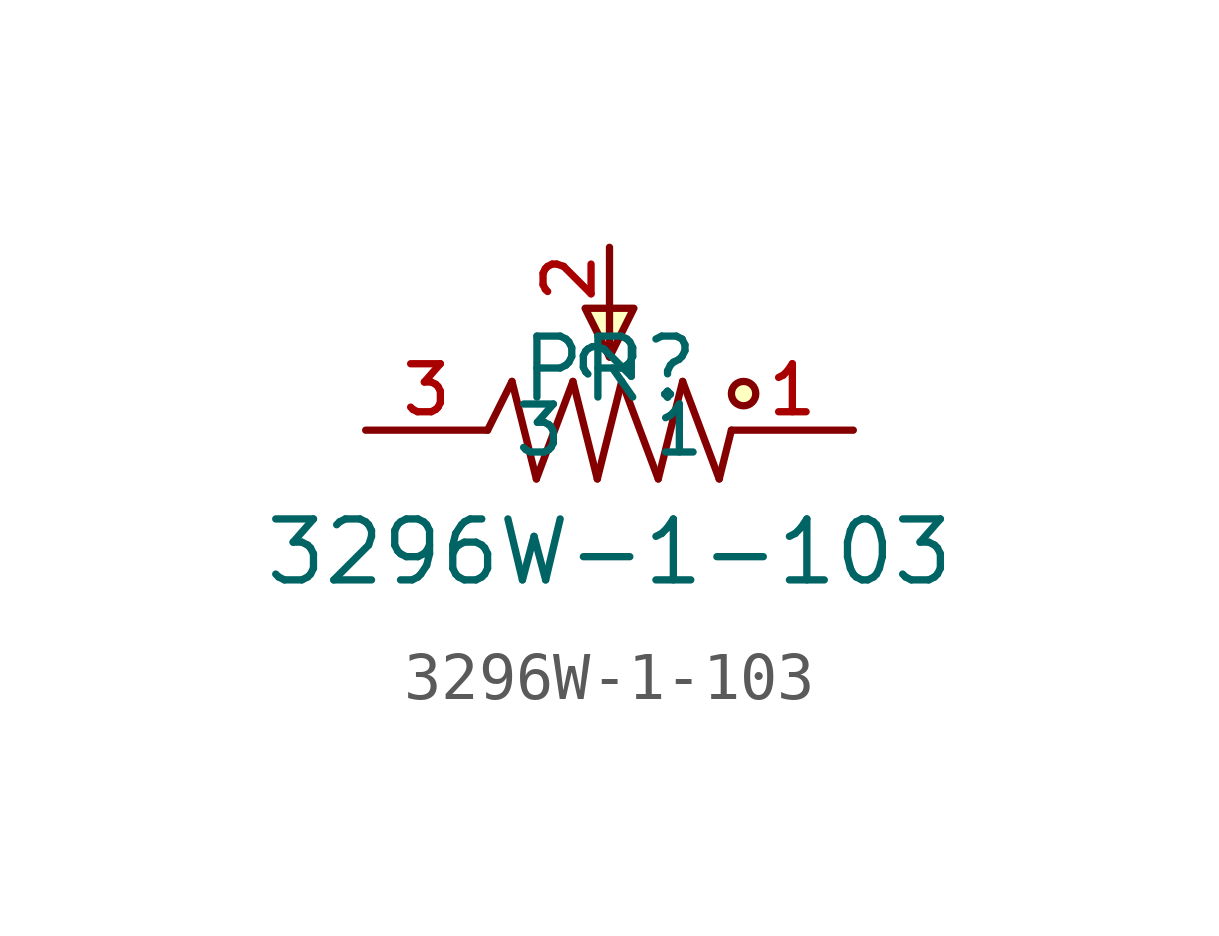
<source format=kicad_sym>
(kicad_symbol_lib
  (version 20231120)
  (generator "kicad_symbol_editor")
  (generator_version "8.0")
  (symbol "3296W-1-103"
    (property "Reference" "PR"
      (at 0 1.27 0)
      (effects (font (size 1.27 1.27))))
    (property "Value" "3296W-1-103"
      (at 0 -2.54 0)
      (effects (font (size 1.27 1.27))))
    (symbol "3296W-1-103_0_1"
      (polyline (pts (xy -2.54 0) (xy -2.032 1.016)) (stroke (width 0) (type default)) (fill (type none)))
      (polyline (pts (xy -2.032 1.016) (xy -1.524 -1.016)) (stroke (width 0) (type default)) (fill (type none)))
      (polyline (pts (xy -1.524 -1.016) (xy -0.762 1.016)) (stroke (width 0) (type default)) (fill (type none)))
      (polyline (pts (xy -0.762 1.016) (xy -0.254 -1.016)) (stroke (width 0) (type default)) (fill (type none)))
      (polyline (pts (xy -0.254 -1.016) (xy 0.254 1.016)) (stroke (width 0) (type default)) (fill (type none)))
      (polyline (pts (xy 0 2.54) (xy 0 1.524)) (stroke (width 0) (type default)) (fill (type none)))
      (polyline (pts (xy 0.254 1.016) (xy 1.016 -1.016)) (stroke (width 0) (type default)) (fill (type none)))
      (polyline (pts (xy 1.016 -1.016) (xy 1.524 1.016)) (stroke (width 0) (type default)) (fill (type none)))
      (polyline (pts (xy 1.524 1.016) (xy 2.286 -1.016)) (stroke (width 0) (type default)) (fill (type none)))
      (polyline (pts (xy 2.286 -1.016) (xy 2.54 0)) (stroke (width 0) (type default)) (fill (type none)))
      (polyline (pts (xy -0.508 2.54) (xy 0 1.524) (xy 0.508 2.54) (xy -0.508 2.54)) (stroke (width 0) (type default)) (fill (type background)))
      (circle (center 2.794 0.762) (radius 0.254) (stroke (width 0) (type default)) (fill (type background)))
      (pin unspecified line (at 5.08 0 180) (length 2.54) (name "1" (effects (font (size 1 1)))) (number "1" (effects (font (size 1 1)))))
      (pin unspecified line (at 0 3.81 270) (length 1.27) (name "2" (effects (font (size 1 1)))) (number "2" (effects (font (size 1 1)))))
      (pin unspecified line (at -5.08 0 0) (length 2.54) (name "3" (effects (font (size 1 1)))) (number "3" (effects (font (size 1 1))))))))
</source>
